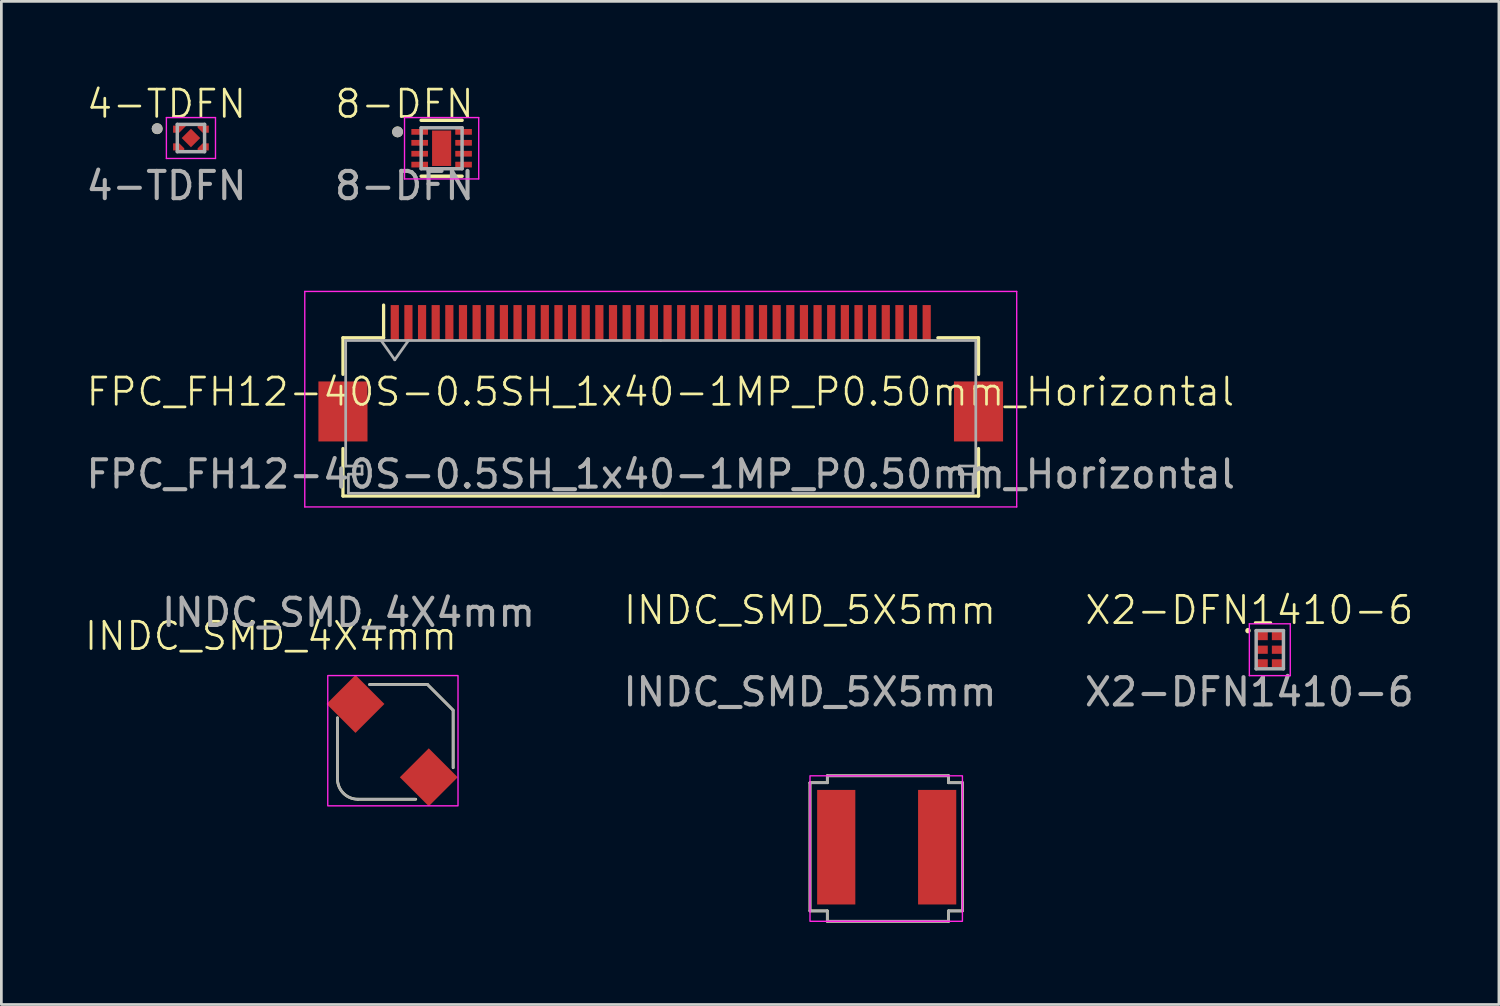
<source format=kicad_pcb>
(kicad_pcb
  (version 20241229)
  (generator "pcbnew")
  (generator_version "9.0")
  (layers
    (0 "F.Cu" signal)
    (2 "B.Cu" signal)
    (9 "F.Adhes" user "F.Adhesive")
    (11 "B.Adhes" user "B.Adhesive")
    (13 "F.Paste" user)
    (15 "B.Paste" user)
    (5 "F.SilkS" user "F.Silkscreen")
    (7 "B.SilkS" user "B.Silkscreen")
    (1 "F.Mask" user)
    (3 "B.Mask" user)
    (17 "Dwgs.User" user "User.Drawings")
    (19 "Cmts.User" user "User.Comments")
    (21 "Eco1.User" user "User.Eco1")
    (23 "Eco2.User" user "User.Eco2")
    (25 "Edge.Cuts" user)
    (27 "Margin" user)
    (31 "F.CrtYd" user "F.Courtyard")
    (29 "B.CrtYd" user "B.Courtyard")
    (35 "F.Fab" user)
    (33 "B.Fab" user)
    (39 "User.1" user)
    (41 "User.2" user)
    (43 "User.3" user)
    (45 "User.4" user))
  (footprint "INDC_SMD_4X4mm"
    (layer "F.Cu")
    (at 8.966 21.717)
    (property "Reference" "INDC_SMD_4X4mm" (at -2.083 -1.448 0) (unlocked yes) (layer "F.SilkS") (effects (font (size 1 1) (thickness 0.1))))
    (attr smd)
    (fp_line (start 0.356 1.549) (end 0.356 3.785) (stroke (width 0.1) (type default)) (layer "F.SilkS"))
    (fp_line (start 3.226 4.534) (end 1.105 4.534) (stroke (width 0.1) (type default)) (layer "F.SilkS"))
    (fp_line (start 3.651 0.323) (end 1.542 0.323) (stroke (width 0.1) (type default)) (layer "F.SilkS"))
    (fp_line (start 3.651 0.323) (end 4.579 1.252) (stroke (width 0.1) (type default)) (layer "F.SilkS"))
    (fp_line (start 4.597 3.378) (end 4.597 1.27) (stroke (width 0.1) (type default)) (layer "F.SilkS"))
    (fp_arc (start 1.104814 4.533814) (mid 0.57504 4.314374) (end 0.3556 3.7846) (stroke (width 0.1) (type default)) (layer "F.SilkS"))
    (fp_rect (start 0 0) (end 4.775 4.775) (stroke (width 0.05) (type default)) (fill no) (layer "F.CrtYd"))
    (fp_line (start 0.356 1.549) (end 0.356 3.785) (stroke (width 0.1) (type default)) (layer "F.Fab"))
    (fp_line (start 1.524 0.33) (end 3.658 0.33) (stroke (width 0.1) (type default)) (layer "F.Fab"))
    (fp_line (start 3.213 4.534) (end 1.105 4.534) (stroke (width 0.1) (type default)) (layer "F.Fab"))
    (fp_line (start 3.658 0.33) (end 4.597 1.27) (stroke (width 0.1) (type default)) (layer "F.Fab"))
    (fp_line (start 4.597 3.378) (end 4.597 1.27) (stroke (width 0.1) (type default)) (layer "F.Fab"))
    (fp_arc (start 1.104814 4.533814) (mid 0.57504 4.314374) (end 0.3556 3.7846) (stroke (width 0.1) (type default)) (layer "F.Fab"))
    (fp_text user "${REFERENCE}" (at 0.762 -2.31 0) (unlocked yes) (layer "F.Fab") (effects (font (size 1 1) (thickness 0.15))))
    (pad "1" smd rect (at 1.016 1.041 225) (size 1.5 1.5) (layers "F.Cu" "F.Mask" "F.Paste"))
    (pad "2" smd rect (at 3.703 3.728 225) (size 1.5 1.5) (layers "F.Cu" "F.Mask" "F.Paste")))
  (footprint "X2-DFN1410-6"
    (layer "F.Cu")
    (at 43.502 20.769)
    (property "Reference" "X2-DFN1410-6" (at -0.75 -1.45 0) (unlocked yes) (layer "F.SilkS") (effects (font (size 1 1) (thickness 0.1))))
    (attr smd)
    (fp_circle (center -0.8 -0.7) (end -0.75 -0.7) (stroke (width 0.1) (type solid)) (fill no) (layer "F.SilkS"))
    (fp_line (start -0.75 -0.95) (end -0.75 0.95) (stroke (width 0.05) (type solid)) (layer "F.CrtYd"))
    (fp_line (start -0.75 0.95) (end 0.75 0.95) (stroke (width 0.05) (type solid)) (layer "F.CrtYd"))
    (fp_line (start 0.75 -0.95) (end -0.75 -0.95) (stroke (width 0.05) (type solid)) (layer "F.CrtYd"))
    (fp_line (start 0.75 0.95) (end 0.75 -0.95) (stroke (width 0.05) (type solid)) (layer "F.CrtYd"))
    (fp_line (start -0.5 -0.7) (end -0.5 0.7) (stroke (width 0.127) (type solid)) (layer "F.Fab"))
    (fp_line (start -0.5 0.7) (end 0.5 0.7) (stroke (width 0.127) (type solid)) (layer "F.Fab"))
    (fp_line (start 0.5 -0.7) (end -0.5 -0.7) (stroke (width 0.127) (type solid)) (layer "F.Fab"))
    (fp_line (start 0.5 0.7) (end 0.5 -0.7) (stroke (width 0.127) (type solid)) (layer "F.Fab"))
    (fp_text user "${REFERENCE}" (at -0.75 1.55 0) (unlocked yes) (layer "F.Fab") (effects (font (size 1 1) (thickness 0.15))))
    (pad "1" smd rect (at -0.275 -0.5 270) (size 0.3 0.4) (layers "F.Cu" "F.Mask" "F.Paste"))
    (pad "2" smd rect (at -0.275 0 270) (size 0.3 0.4) (layers "F.Cu" "F.Mask" "F.Paste"))
    (pad "3" smd rect (at -0.275 0.5 270) (size 0.3 0.4) (layers "F.Cu" "F.Mask" "F.Paste"))
    (pad "4" smd rect (at 0.275 0.5 90) (size 0.3 0.4) (layers "F.Cu" "F.Mask" "F.Paste"))
    (pad "5" smd rect (at 0.275 0 90) (size 0.3 0.4) (layers "F.Cu" "F.Mask" "F.Paste"))
    (pad "6" smd rect (at 0.275 -0.5 90) (size 0.3 0.4) (layers "F.Cu" "F.Mask" "F.Paste")))
  (footprint "4-TDFN"
    (layer "F.Cu")
    (at 3.95 2.01)
    (property "Reference" "4-TDFN" (at -0.897 -1.25 0) (unlocked yes) (layer "F.SilkS") (effects (font (size 1 1) (thickness 0.1))))
    (attr smd)
    (fp_poly (pts (xy -0.389 -0.1) (xy -0.75 -0.1) (xy -0.75 -0.55) (xy 0.061 -0.55)) (stroke (width 0.01) (type solid)) (fill yes) (layer "F.Mask"))
    (fp_poly (pts (xy -0.75 0.1) (xy -0.75 0.55) (xy -0.15 0.55) (xy -0.15 0.339) (xy -0.389 0.1)) (stroke (width 0.01) (type solid)) (fill yes) (layer "F.Mask"))
    (fp_poly (pts (xy 0.15 -0.55) (xy 0.15 -0.339) (xy 0.389 -0.1) (xy 0.75 -0.1) (xy 0.75 -0.55)) (stroke (width 0.01) (type solid)) (fill yes) (layer "F.Mask"))
    (fp_poly (pts (xy 0.75 0.55) (xy 0.15 0.55) (xy 0.15 0.339) (xy 0.389 0.1) (xy 0.75 0.1)) (stroke (width 0.01) (type solid)) (fill yes) (layer "F.Mask"))
    (fp_circle (center -1.238 -0.342) (end -1.138 -0.342) (stroke (width 0.2) (type solid)) (fill no) (layer "F.SilkS"))
    (fp_poly (pts (xy -0.65 -0.45) (xy -0.65 -0.2) (xy -0.43 -0.2) (xy -0.18 -0.45)) (stroke (width 0.01) (type solid)) (fill yes) (layer "F.Paste"))
    (fp_poly (pts (xy -0.25 0.45) (xy -0.65 0.45) (xy -0.65 0.2) (xy -0.43 0.2) (xy -0.25 0.38)) (stroke (width 0.01) (type solid)) (fill yes) (layer "F.Paste"))
    (fp_poly (pts (xy 0.43 -0.2) (xy 0.25 -0.38) (xy 0.25 -0.45) (xy 0.65 -0.45) (xy 0.65 -0.2)) (stroke (width 0.01) (type solid)) (fill yes) (layer "F.Paste"))
    (fp_poly (pts (xy 0.65 0.45) (xy 0.25 0.45) (xy 0.25 0.38) (xy 0.43 0.2) (xy 0.65 0.2)) (stroke (width 0.01) (type solid)) (fill yes) (layer "F.Paste"))
    (fp_line (start -0.9 -0.75) (end -0.9 0.75) (stroke (width 0.05) (type solid)) (layer "F.CrtYd"))
    (fp_line (start -0.9 0.75) (end 0.9 0.75) (stroke (width 0.05) (type solid)) (layer "F.CrtYd"))
    (fp_line (start 0.9 -0.75) (end -0.9 -0.75) (stroke (width 0.05) (type solid)) (layer "F.CrtYd"))
    (fp_line (start 0.9 0.75) (end 0.9 -0.75) (stroke (width 0.05) (type solid)) (layer "F.CrtYd"))
    (fp_line (start -0.5 -0.5) (end -0.5 0.5) (stroke (width 0.127) (type solid)) (layer "F.Fab"))
    (fp_line (start -0.5 0.5) (end 0.5 0.5) (stroke (width 0.127) (type solid)) (layer "F.Fab"))
    (fp_line (start 0.5 -0.5) (end -0.5 -0.5) (stroke (width 0.127) (type solid)) (layer "F.Fab"))
    (fp_line (start 0.5 0.5) (end 0.5 -0.5) (stroke (width 0.127) (type solid)) (layer "F.Fab"))
    (fp_circle (center -1.238 -0.342) (end -1.138 -0.342) (stroke (width 0.2) (type solid)) (fill no) (layer "F.Fab"))
    (fp_text user "${REFERENCE}" (at -0.897 1.75 0) (unlocked yes) (layer "F.Fab") (effects (font (size 1 1) (thickness 0.15))))
    (pad "1" smd custom (at -0.45 -0.325) (size 0.1 0.1) (layers "F.Cu") (options (anchor rect)) (primitives (gr_poly (pts (xy -0.2 -0.125) (xy -0.2 0.125) (xy 0.02 0.125) (xy 0.27 -0.125)) (width 0.01) (fill yes))))
    (pad "2" smd custom (at -0.45 0.325) (size 0.1 0.1) (layers "F.Cu") (options (anchor rect)) (primitives (gr_poly (pts (xy 0.2 0.125) (xy -0.2 0.125) (xy -0.2 -0.125) (xy 0.02 -0.125) (xy 0.2 0.055)) (width 0.01) (fill yes))))
    (pad "3" smd custom (at 0.45 0.325) (size 0.1 0.1) (layers "F.Cu") (options (anchor rect)) (primitives (gr_poly (pts (xy 0.2 0.125) (xy -0.2 0.125) (xy -0.2 0.055) (xy -0.02 -0.125) (xy 0.2 -0.125)) (width 0.01) (fill yes))))
    (pad "4" smd custom (at 0.45 -0.325) (size 0.1 0.1) (layers "F.Cu") (options (anchor rect)) (primitives (gr_poly (pts (xy -0.02 0.125) (xy -0.2 -0.055) (xy -0.2 -0.125) (xy 0.2 -0.125) (xy 0.2 0.125)) (width 0.01) (fill yes))))
    (pad "EP" smd rect (at 0 0 45) (size 0.48 0.48) (layers "F.Cu" "F.Mask" "F.Paste")))
  (footprint "INDC_SMD_5X5mm"
    (layer "F.Cu")
    (at 26.645 25.645)
    (property "Reference" "INDC_SMD_5X5mm" (at 0 -6.326 0) (unlocked yes) (layer "F.SilkS") (effects (font (size 1 1) (thickness 0.1))))
    (attr smd)
    (fp_line (start 0 0) (end 0.635 0) (stroke (width 0.1) (type default)) (layer "F.SilkS"))
    (fp_line (start 0 4.699) (end 0 0) (stroke (width 0.1) (type default)) (layer "F.SilkS"))
    (fp_line (start 0 4.699) (end 0.635 4.699) (stroke (width 0.1) (type default)) (layer "F.SilkS"))
    (fp_line (start 0.635 -0.254) (end 5.08 -0.254) (stroke (width 0.1) (type default)) (layer "F.SilkS"))
    (fp_line (start 0.635 0) (end 0.635 -0.254) (stroke (width 0.1) (type default)) (layer "F.SilkS"))
    (fp_line (start 0.635 4.699) (end 0.635 5.08) (stroke (width 0.1) (type default)) (layer "F.SilkS"))
    (fp_line (start 5.08 0) (end 5.08 -0.254) (stroke (width 0.1) (type default)) (layer "F.SilkS"))
    (fp_line (start 5.08 4.699) (end 5.08 5.08) (stroke (width 0.1) (type default)) (layer "F.SilkS"))
    (fp_line (start 5.08 5.08) (end 0.635 5.08) (stroke (width 0.1) (type default)) (layer "F.SilkS"))
    (fp_line (start 5.588 0) (end 5.08 0) (stroke (width 0.1) (type default)) (layer "F.SilkS"))
    (fp_line (start 5.588 0) (end 5.588 4.699) (stroke (width 0.1) (type default)) (layer "F.SilkS"))
    (fp_line (start 5.588 4.699) (end 5.08 4.699) (stroke (width 0.1) (type default)) (layer "F.SilkS"))
    (fp_rect (start 0 -0.254) (end 5.588 5.08) (stroke (width 0.05) (type default)) (fill no) (layer "F.CrtYd"))
    (fp_line (start 0 0) (end 0.635 0) (stroke (width 0.1) (type default)) (layer "F.Fab"))
    (fp_line (start 0 4.699) (end 0 0) (stroke (width 0.1) (type default)) (layer "F.Fab"))
    (fp_line (start 0.635 -0.254) (end 5.08 -0.254) (stroke (width 0.1) (type default)) (layer "F.Fab"))
    (fp_line (start 0.635 0) (end 0.635 -0.254) (stroke (width 0.1) (type default)) (layer "F.Fab"))
    (fp_line (start 0.635 4.699) (end 0 4.699) (stroke (width 0.1) (type default)) (layer "F.Fab"))
    (fp_line (start 0.635 5.08) (end 0.635 4.699) (stroke (width 0.1) (type default)) (layer "F.Fab"))
    (fp_line (start 5.08 -0.254) (end 5.08 0) (stroke (width 0.1) (type default)) (layer "F.Fab"))
    (fp_line (start 5.08 0) (end 5.588 0) (stroke (width 0.1) (type default)) (layer "F.Fab"))
    (fp_line (start 5.08 4.699) (end 5.08 5.08) (stroke (width 0.1) (type default)) (layer "F.Fab"))
    (fp_line (start 5.08 5.08) (end 0.635 5.08) (stroke (width 0.1) (type default)) (layer "F.Fab"))
    (fp_line (start 5.588 0) (end 5.588 4.699) (stroke (width 0.1) (type default)) (layer "F.Fab"))
    (fp_line (start 5.588 4.699) (end 5.08 4.699) (stroke (width 0.1) (type default)) (layer "F.Fab"))
    (fp_text user "${REFERENCE}" (at 0 -3.326 0) (unlocked yes) (layer "F.Fab") (effects (font (size 1 1) (thickness 0.15))))
    (pad "1" smd rect (at 0.962 2.364 90) (size 4.2 1.4) (layers "F.Cu" "F.Mask" "F.Paste"))
    (pad "2" smd rect (at 4.662 2.364 90) (size 4.2 1.4) (layers "F.Cu" "F.Mask" "F.Paste")))
  (footprint "FPC_FH12-40S-0.5SH_1x40-1MP_P0.50mm_Horizontal"
    (layer "F.Cu")
    (at 21.163 11.814)
    (property "Reference" "FPC_FH12-40S-0.5SH_1x40-1MP_P0.50mm_Horizontal" (at 0 -0.5 0) (unlocked yes) (layer "F.SilkS") (effects (font (size 1 1) (thickness 0.1))))
    (attr smd)
    (fp_line (start -11.64 -2.48) (end -11.64 -1.14) (stroke (width 0.12) (type solid)) (layer "F.SilkS"))
    (fp_line (start -11.64 1.58) (end -11.64 3.32) (stroke (width 0.12) (type solid)) (layer "F.SilkS"))
    (fp_line (start -11.64 3.32) (end 11.66 3.32) (stroke (width 0.12) (type solid)) (layer "F.SilkS"))
    (fp_line (start -10.15 -2.48) (end -11.64 -2.48) (stroke (width 0.12) (type solid)) (layer "F.SilkS"))
    (fp_line (start -10.15 -2.48) (end -10.15 -3.68) (stroke (width 0.12) (type solid)) (layer "F.SilkS"))
    (fp_line (start 10.17 -2.48) (end 11.66 -2.48) (stroke (width 0.12) (type solid)) (layer "F.SilkS"))
    (fp_line (start 11.66 -2.48) (end 11.66 -1.14) (stroke (width 0.12) (type solid)) (layer "F.SilkS"))
    (fp_line (start 11.66 3.32) (end 11.66 1.58) (stroke (width 0.12) (type solid)) (layer "F.SilkS"))
    (fp_line (start -13.04 -4.18) (end -13.04 3.72) (stroke (width 0.05) (type solid)) (layer "F.CrtYd"))
    (fp_line (start -13.04 3.72) (end 13.06 3.72) (stroke (width 0.05) (type solid)) (layer "F.CrtYd"))
    (fp_line (start 13.06 -4.18) (end -13.04 -4.18) (stroke (width 0.05) (type solid)) (layer "F.CrtYd"))
    (fp_line (start 13.06 3.72) (end 13.06 -4.18) (stroke (width 0.05) (type solid)) (layer "F.CrtYd"))
    (fp_line (start -11.54 -2.38) (end -11.54 2.22) (stroke (width 0.1) (type solid)) (layer "F.Fab"))
    (fp_line (start -11.54 2.22) (end -10.94 2.22) (stroke (width 0.1) (type solid)) (layer "F.Fab"))
    (fp_line (start -11.44 2.52) (end -11.44 3.22) (stroke (width 0.1) (type solid)) (layer "F.Fab"))
    (fp_line (start -11.44 3.22) (end 0.01 3.22) (stroke (width 0.1) (type solid)) (layer "F.Fab"))
    (fp_line (start -10.94 2.22) (end -10.94 2.52) (stroke (width 0.1) (type solid)) (layer "F.Fab"))
    (fp_line (start -10.94 2.52) (end -11.44 2.52) (stroke (width 0.1) (type solid)) (layer "F.Fab"))
    (fp_line (start -10.24 -2.38) (end -9.74 -1.673) (stroke (width 0.1) (type solid)) (layer "F.Fab"))
    (fp_line (start -9.74 -1.673) (end -9.24 -2.38) (stroke (width 0.1) (type solid)) (layer "F.Fab"))
    (fp_line (start 0.01 -2.38) (end -11.54 -2.38) (stroke (width 0.1) (type solid)) (layer "F.Fab"))
    (fp_line (start 0.01 -2.38) (end 11.56 -2.38) (stroke (width 0.1) (type solid)) (layer "F.Fab"))
    (fp_line (start 10.96 2.22) (end 10.96 2.52) (stroke (width 0.1) (type solid)) (layer "F.Fab"))
    (fp_line (start 10.96 2.52) (end 11.46 2.52) (stroke (width 0.1) (type solid)) (layer "F.Fab"))
    (fp_line (start 11.46 2.52) (end 11.46 3.22) (stroke (width 0.1) (type solid)) (layer "F.Fab"))
    (fp_line (start 11.46 3.22) (end 0.01 3.22) (stroke (width 0.1) (type solid)) (layer "F.Fab"))
    (fp_line (start 11.56 -2.38) (end 11.56 2.22) (stroke (width 0.1) (type solid)) (layer "F.Fab"))
    (fp_line (start 11.56 2.22) (end 10.96 2.22) (stroke (width 0.1) (type solid)) (layer "F.Fab"))
    (fp_text user "${REFERENCE}" (at 0.01 2.52 0) (layer "F.Fab") (effects (font (size 1 1) (thickness 0.15))))
    (pad "1" smd rect (at -9.74 -3.03) (size 0.3 1.3) (layers "F.Cu" "F.Mask" "F.Paste"))
    (pad "2" smd rect (at -9.24 -3.03) (size 0.3 1.3) (layers "F.Cu" "F.Mask" "F.Paste"))
    (pad "3" smd rect (at -8.74 -3.03) (size 0.3 1.3) (layers "F.Cu" "F.Mask" "F.Paste"))
    (pad "4" smd rect (at -8.24 -3.03) (size 0.3 1.3) (layers "F.Cu" "F.Mask" "F.Paste"))
    (pad "5" smd rect (at -7.74 -3.03) (size 0.3 1.3) (layers "F.Cu" "F.Mask" "F.Paste"))
    (pad "6" smd rect (at -7.24 -3.03) (size 0.3 1.3) (layers "F.Cu" "F.Mask" "F.Paste"))
    (pad "7" smd rect (at -6.74 -3.03) (size 0.3 1.3) (layers "F.Cu" "F.Mask" "F.Paste"))
    (pad "8" smd rect (at -6.24 -3.03) (size 0.3 1.3) (layers "F.Cu" "F.Mask" "F.Paste"))
    (pad "9" smd rect (at -5.74 -3.03) (size 0.3 1.3) (layers "F.Cu" "F.Mask" "F.Paste"))
    (pad "10" smd rect (at -5.24 -3.03) (size 0.3 1.3) (layers "F.Cu" "F.Mask" "F.Paste"))
    (pad "11" smd rect (at -4.74 -3.03) (size 0.3 1.3) (layers "F.Cu" "F.Mask" "F.Paste"))
    (pad "12" smd rect (at -4.24 -3.03) (size 0.3 1.3) (layers "F.Cu" "F.Mask" "F.Paste"))
    (pad "13" smd rect (at -3.74 -3.03) (size 0.3 1.3) (layers "F.Cu" "F.Mask" "F.Paste"))
    (pad "14" smd rect (at -3.24 -3.03) (size 0.3 1.3) (layers "F.Cu" "F.Mask" "F.Paste"))
    (pad "15" smd rect (at -2.74 -3.03) (size 0.3 1.3) (layers "F.Cu" "F.Mask" "F.Paste"))
    (pad "16" smd rect (at -2.24 -3.03) (size 0.3 1.3) (layers "F.Cu" "F.Mask" "F.Paste"))
    (pad "17" smd rect (at -1.74 -3.03) (size 0.3 1.3) (layers "F.Cu" "F.Mask" "F.Paste"))
    (pad "18" smd rect (at -1.24 -3.03) (size 0.3 1.3) (layers "F.Cu" "F.Mask" "F.Paste"))
    (pad "19" smd rect (at -0.74 -3.03) (size 0.3 1.3) (layers "F.Cu" "F.Mask" "F.Paste"))
    (pad "20" smd rect (at -0.24 -3.03) (size 0.3 1.3) (layers "F.Cu" "F.Mask" "F.Paste"))
    (pad "21" smd rect (at 0.26 -3.03) (size 0.3 1.3) (layers "F.Cu" "F.Mask" "F.Paste"))
    (pad "22" smd rect (at 0.76 -3.03) (size 0.3 1.3) (layers "F.Cu" "F.Mask" "F.Paste"))
    (pad "23" smd rect (at 1.26 -3.03) (size 0.3 1.3) (layers "F.Cu" "F.Mask" "F.Paste"))
    (pad "24" smd rect (at 1.76 -3.03) (size 0.3 1.3) (layers "F.Cu" "F.Mask" "F.Paste"))
    (pad "25" smd rect (at 2.26 -3.03) (size 0.3 1.3) (layers "F.Cu" "F.Mask" "F.Paste"))
    (pad "26" smd rect (at 2.76 -3.03) (size 0.3 1.3) (layers "F.Cu" "F.Mask" "F.Paste"))
    (pad "27" smd rect (at 3.26 -3.03) (size 0.3 1.3) (layers "F.Cu" "F.Mask" "F.Paste"))
    (pad "28" smd rect (at 3.76 -3.03) (size 0.3 1.3) (layers "F.Cu" "F.Mask" "F.Paste"))
    (pad "29" smd rect (at 4.26 -3.03) (size 0.3 1.3) (layers "F.Cu" "F.Mask" "F.Paste"))
    (pad "30" smd rect (at 4.76 -3.03) (size 0.3 1.3) (layers "F.Cu" "F.Mask" "F.Paste"))
    (pad "31" smd rect (at 5.26 -3.03) (size 0.3 1.3) (layers "F.Cu" "F.Mask" "F.Paste"))
    (pad "32" smd rect (at 5.76 -3.03) (size 0.3 1.3) (layers "F.Cu" "F.Mask" "F.Paste"))
    (pad "33" smd rect (at 6.26 -3.03) (size 0.3 1.3) (layers "F.Cu" "F.Mask" "F.Paste"))
    (pad "34" smd rect (at 6.76 -3.03) (size 0.3 1.3) (layers "F.Cu" "F.Mask" "F.Paste"))
    (pad "35" smd rect (at 7.26 -3.03) (size 0.3 1.3) (layers "F.Cu" "F.Mask" "F.Paste"))
    (pad "36" smd rect (at 7.76 -3.03) (size 0.3 1.3) (layers "F.Cu" "F.Mask" "F.Paste"))
    (pad "37" smd rect (at 8.26 -3.03) (size 0.3 1.3) (layers "F.Cu" "F.Mask" "F.Paste"))
    (pad "38" smd rect (at 8.76 -3.03) (size 0.3 1.3) (layers "F.Cu" "F.Mask" "F.Paste"))
    (pad "39" smd rect (at 9.26 -3.03) (size 0.3 1.3) (layers "F.Cu" "F.Mask" "F.Paste"))
    (pad "40" smd rect (at 9.76 -3.03) (size 0.3 1.3) (layers "F.Cu" "F.Mask" "F.Paste"))
    (pad "MP" smd rect (at -11.64 0.22) (size 1.8 2.2) (layers "F.Cu" "F.Mask" "F.Paste"))
    (pad "MP" smd rect (at 11.66 0.22) (size 1.8 2.2) (layers "F.Cu" "F.Mask" "F.Paste")))
  (footprint "8-DFN"
    (layer "F.Cu")
    (at 13.14 2.385)
    (property "Reference" "8-DFN" (at -1.36 -1.625 0) (unlocked yes) (layer "F.SilkS") (effects (font (size 1 1) (thickness 0.1))))
    (attr smd)
    (fp_line (start -0.75 -1.025) (end 0.75 -1.025) (stroke (width 0.127) (type solid)) (layer "F.SilkS"))
    (fp_line (start -0.75 1.025) (end 0.75 1.025) (stroke (width 0.127) (type solid)) (layer "F.SilkS"))
    (fp_circle (center -1.615 -0.6) (end -1.515 -0.6) (stroke (width 0.2) (type solid)) (fill no) (layer "F.SilkS"))
    (fp_poly (pts (xy -0.22 -0.41) (xy 0.22 -0.41) (xy 0.22 0.41) (xy -0.22 0.41)) (stroke (width 0.01) (type solid)) (fill yes) (layer "F.Paste"))
    (fp_line (start -1.36 -1.125) (end -1.36 1.125) (stroke (width 0.05) (type solid)) (layer "F.CrtYd"))
    (fp_line (start -1.36 -1.125) (end 1.36 -1.125) (stroke (width 0.05) (type solid)) (layer "F.CrtYd"))
    (fp_line (start -1.36 1.125) (end 1.36 1.125) (stroke (width 0.05) (type solid)) (layer "F.CrtYd"))
    (fp_line (start 1.36 -1.125) (end 1.36 1.125) (stroke (width 0.05) (type solid)) (layer "F.CrtYd"))
    (fp_line (start -0.75 -0.75) (end -0.75 0.75) (stroke (width 0.127) (type solid)) (layer "F.Fab"))
    (fp_line (start -0.75 -0.75) (end 0.75 -0.75) (stroke (width 0.127) (type solid)) (layer "F.Fab"))
    (fp_line (start -0.75 0.75) (end 0.75 0.75) (stroke (width 0.127) (type solid)) (layer "F.Fab"))
    (fp_line (start 0.75 -0.75) (end 0.75 0.75) (stroke (width 0.127) (type solid)) (layer "F.Fab"))
    (fp_circle (center -1.615 -0.6) (end -1.515 -0.6) (stroke (width 0.2) (type solid)) (fill no) (layer "F.Fab"))
    (fp_text user "${REFERENCE}" (at -1.36 1.375 0) (unlocked yes) (layer "F.Fab") (effects (font (size 1 1) (thickness 0.15))))
    (pad "1" smd roundrect (at -0.805 -0.6) (size 0.61 0.21) (layers "F.Cu" "F.Mask" "F.Paste") (roundrect_rratio 0.03))
    (pad "2" smd roundrect (at -0.805 -0.2) (size 0.61 0.21) (layers "F.Cu" "F.Mask" "F.Paste") (roundrect_rratio 0.03))
    (pad "3" smd roundrect (at -0.805 0.2) (size 0.61 0.21) (layers "F.Cu" "F.Mask" "F.Paste") (roundrect_rratio 0.03))
    (pad "4" smd roundrect (at -0.805 0.6) (size 0.61 0.21) (layers "F.Cu" "F.Mask" "F.Paste") (roundrect_rratio 0.03))
    (pad "5" smd roundrect (at 0.805 0.6) (size 0.61 0.21) (layers "F.Cu" "F.Mask" "F.Paste") (roundrect_rratio 0.03))
    (pad "6" smd roundrect (at 0.805 0.2) (size 0.61 0.21) (layers "F.Cu" "F.Mask" "F.Paste") (roundrect_rratio 0.03))
    (pad "7" smd roundrect (at 0.805 -0.2) (size 0.61 0.21) (layers "F.Cu" "F.Mask" "F.Paste") (roundrect_rratio 0.03))
    (pad "8" smd roundrect (at 0.805 -0.6) (size 0.61 0.21) (layers "F.Cu" "F.Mask" "F.Paste") (roundrect_rratio 0.03))
    (pad "9" smd rect (at 0 0) (size 0.7 1.3) (layers "F.Cu" "F.Mask")))
  (gr_rect
    (start -3 -3)
    (end 51.901 33.775)
    (stroke (width 0.1) (type default))
    (fill no)
    (layer "Edge.Cuts")))
</source>
